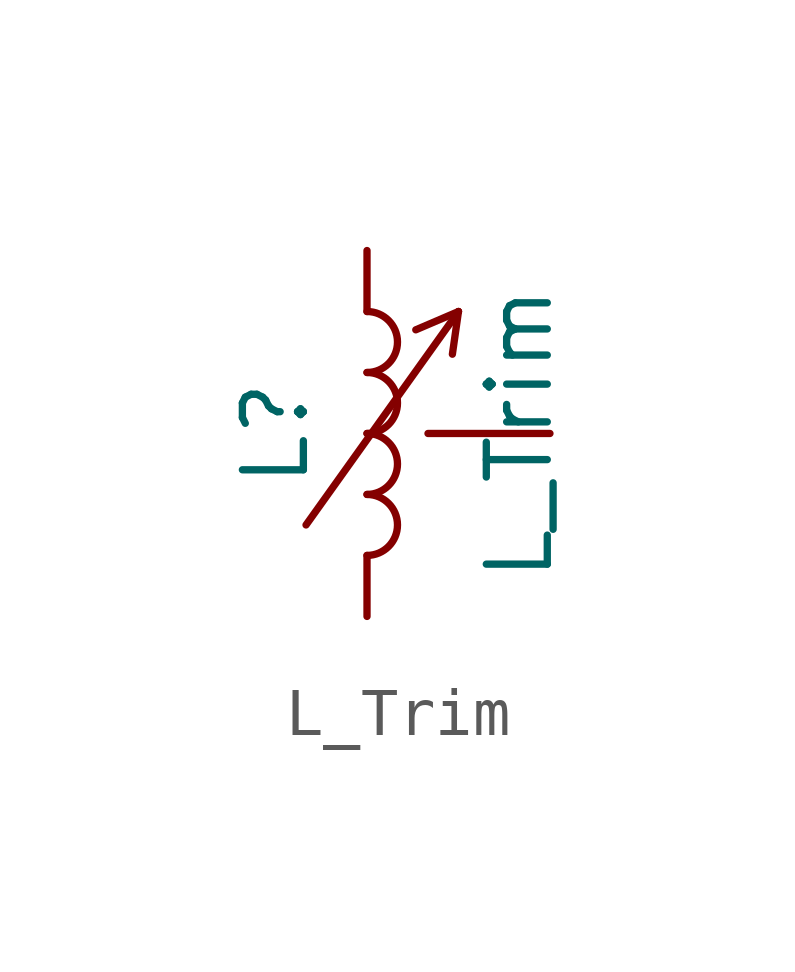
<source format=kicad_sym>
(kicad_symbol_lib
  (version 20220914)
  (generator kicad_symbol_editor)
  (symbol "L_Trim"
    (pin_numbers hide)
    (pin_names
      (offset 1.016) hide)
    (property "Reference" "L"
      (at -1.905 0 90)
      (effects (font (size 1.27 1.27))))
    (property "Value" "L_Trim"
      (at 3.175 0 90)
      (effects (font (size 1.27 1.27))))
    (symbol "L_Trim_0_1"
      (arc (start 0 -2.54) (mid 0.6323 -1.905) (end 0 -1.27) (stroke (width 0) (type default)) (fill (type none)))
      (arc (start 0 -1.27) (mid 0.6323 -0.635) (end 0 0) (stroke (width 0) (type default)) (fill (type none)))
      (polyline (pts (xy -1.27 -1.905) (xy 1.905 2.54)) (stroke (width 0) (type default)) (fill (type none)))
      (polyline (pts (xy 1.905 2.54) (xy 1.016 2.159)) (stroke (width 0) (type default)) (fill (type none)))
      (polyline (pts (xy 1.905 2.54) (xy 1.778 1.651)) (stroke (width 0) (type default)) (fill (type none)))
      (arc (start 0 0) (mid 0.6323 0.635) (end 0 1.27) (stroke (width 0) (type default)) (fill (type none)))
      (arc (start 0 1.27) (mid 0.6323 1.905) (end 0 2.54) (stroke (width 0) (type default)) (fill (type none))))
    (symbol "L_Trim_1_1"
      (pin passive line (at 0 -3.81 90) (length 1.27) (name "1" (effects (font (size 1.27 1.27)))) (number "1" (effects (font (size 1.27 1.27)))))
      (pin input line (at 3.81 0 180) (length 2.54) (name "2" (effects (font (size 1.27 1.27)))) (number "2" (effects (font (size 1.27 1.27)))))
      (pin passive line (at 0 3.81 270) (length 1.27) (name "3" (effects (font (size 1.27 1.27)))) (number "3" (effects (font (size 1.27 1.27))))))))
</source>
